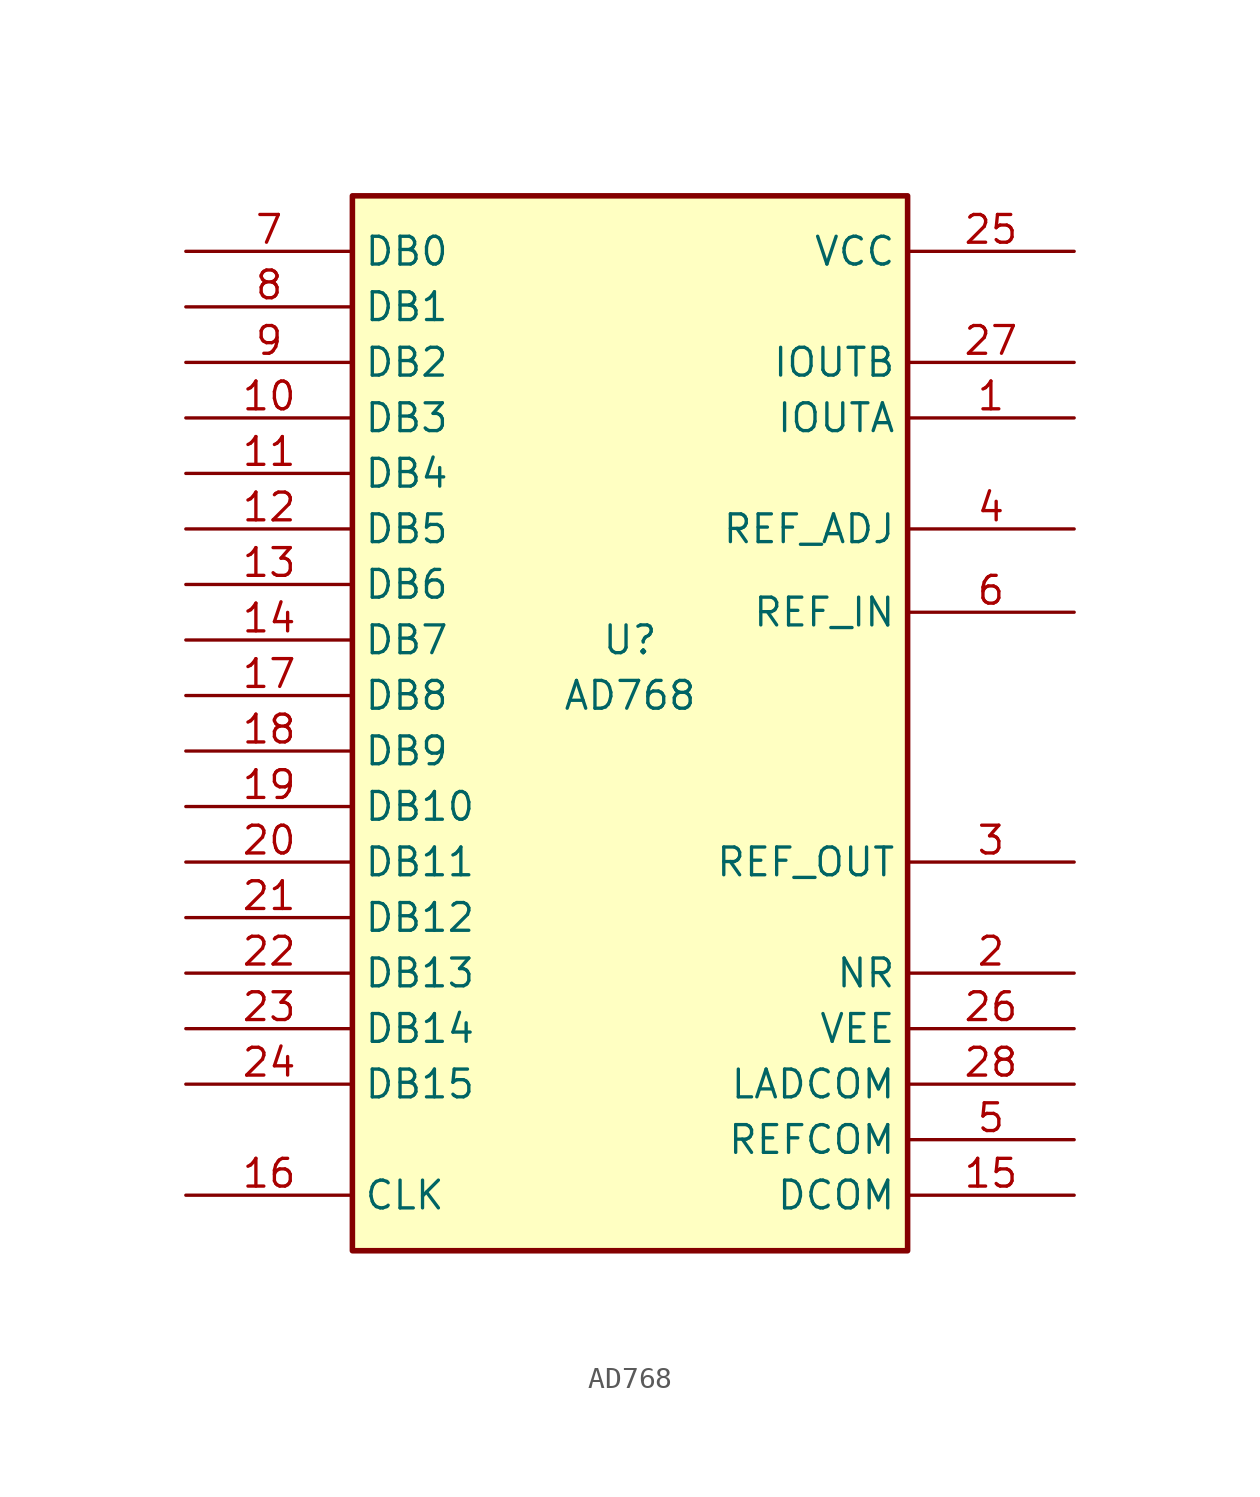
<source format=kicad_sym>
(kicad_symbol_lib
  (version 20220914)
  (generator kicad_symbol_editor)
  (symbol "AD768"
    (property "Reference" "U"
      (at 0 2.54 0)
      (effects (font (size 1.27 1.27))))
    (property "Value" "AD768"
      (at 0 0 0)
      (effects (font (size 1.27 1.27))))
    (symbol "AD768_1_0"
      (pin output line (at 20.32 12.7 180) (length 7.62) (name "IOUTA" (effects (font (size 1.27 1.27)))) (number "1" (effects (font (size 1.27 1.27)))))
      (pin input line (at -20.32 12.7 0) (length 7.62) (name "DB3" (effects (font (size 1.27 1.27)))) (number "10" (effects (font (size 1.27 1.27)))))
      (pin input line (at -20.32 10.16 0) (length 7.62) (name "DB4" (effects (font (size 1.27 1.27)))) (number "11" (effects (font (size 1.27 1.27)))))
      (pin input line (at -20.32 7.62 0) (length 7.62) (name "DB5" (effects (font (size 1.27 1.27)))) (number "12" (effects (font (size 1.27 1.27)))))
      (pin input line (at -20.32 5.08 0) (length 7.62) (name "DB6" (effects (font (size 1.27 1.27)))) (number "13" (effects (font (size 1.27 1.27)))))
      (pin input line (at -20.32 2.54 0) (length 7.62) (name "DB7" (effects (font (size 1.27 1.27)))) (number "14" (effects (font (size 1.27 1.27)))))
      (pin input line (at 20.32 -22.86 180) (length 7.62) (name "DCOM" (effects (font (size 1.27 1.27)))) (number "15" (effects (font (size 1.27 1.27)))))
      (pin input line (at -20.32 -22.86 0) (length 7.62) (name "CLK" (effects (font (size 1.27 1.27)))) (number "16" (effects (font (size 1.27 1.27)))))
      (pin input line (at -20.32 0 0) (length 7.62) (name "DB8" (effects (font (size 1.27 1.27)))) (number "17" (effects (font (size 1.27 1.27)))))
      (pin input line (at -20.32 -2.54 0) (length 7.62) (name "DB9" (effects (font (size 1.27 1.27)))) (number "18" (effects (font (size 1.27 1.27)))))
      (pin input line (at -20.32 -5.08 0) (length 7.62) (name "DB10" (effects (font (size 1.27 1.27)))) (number "19" (effects (font (size 1.27 1.27)))))
      (pin passive line (at 20.32 -12.7 180) (length 7.62) (name "NR" (effects (font (size 1.27 1.27)))) (number "2" (effects (font (size 1.27 1.27)))))
      (pin input line (at -20.32 -7.62 0) (length 7.62) (name "DB11" (effects (font (size 1.27 1.27)))) (number "20" (effects (font (size 1.27 1.27)))))
      (pin input line (at -20.32 -10.16 0) (length 7.62) (name "DB12" (effects (font (size 1.27 1.27)))) (number "21" (effects (font (size 1.27 1.27)))))
      (pin input line (at -20.32 -12.7 0) (length 7.62) (name "DB13" (effects (font (size 1.27 1.27)))) (number "22" (effects (font (size 1.27 1.27)))))
      (pin input line (at -20.32 -15.24 0) (length 7.62) (name "DB14" (effects (font (size 1.27 1.27)))) (number "23" (effects (font (size 1.27 1.27)))))
      (pin input line (at -20.32 -17.78 0) (length 7.62) (name "DB15" (effects (font (size 1.27 1.27)))) (number "24" (effects (font (size 1.27 1.27)))))
      (pin power_in line (at 20.32 20.32 180) (length 7.62) (name "VCC" (effects (font (size 1.27 1.27)))) (number "25" (effects (font (size 1.27 1.27)))))
      (pin power_in line (at 20.32 -15.24 180) (length 7.62) (name "VEE" (effects (font (size 1.27 1.27)))) (number "26" (effects (font (size 1.27 1.27)))))
      (pin output line (at 20.32 15.24 180) (length 7.62) (name "IOUTB" (effects (font (size 1.27 1.27)))) (number "27" (effects (font (size 1.27 1.27)))))
      (pin passive line (at 20.32 -17.78 180) (length 7.62) (name "LADCOM" (effects (font (size 1.27 1.27)))) (number "28" (effects (font (size 1.27 1.27)))))
      (pin output line (at 20.32 -7.62 180) (length 7.62) (name "REF_OUT" (effects (font (size 1.27 1.27)))) (number "3" (effects (font (size 1.27 1.27)))))
      (pin input line (at 20.32 7.62 180) (length 7.62) (name "REF_ADJ" (effects (font (size 1.27 1.27)))) (number "4" (effects (font (size 1.27 1.27)))))
      (pin passive line (at 20.32 -20.32 180) (length 7.62) (name "REFCOM" (effects (font (size 1.27 1.27)))) (number "5" (effects (font (size 1.27 1.27)))))
      (pin input line (at 20.32 3.81 180) (length 7.62) (name "REF_IN" (effects (font (size 1.27 1.27)))) (number "6" (effects (font (size 1.27 1.27)))))
      (pin input line (at -20.32 20.32 0) (length 7.62) (name "DB0" (effects (font (size 1.27 1.27)))) (number "7" (effects (font (size 1.27 1.27)))))
      (pin input line (at -20.32 17.78 0) (length 7.62) (name "DB1" (effects (font (size 1.27 1.27)))) (number "8" (effects (font (size 1.27 1.27)))))
      (pin input line (at -20.32 15.24 0) (length 7.62) (name "DB2" (effects (font (size 1.27 1.27)))) (number "9" (effects (font (size 1.27 1.27))))))
    (symbol "AD768_1_1"
      (rectangle (start -12.7 22.86) (end 12.7 -25.4) (stroke (width 0.254) (type default)) (fill (type background))))))
</source>
